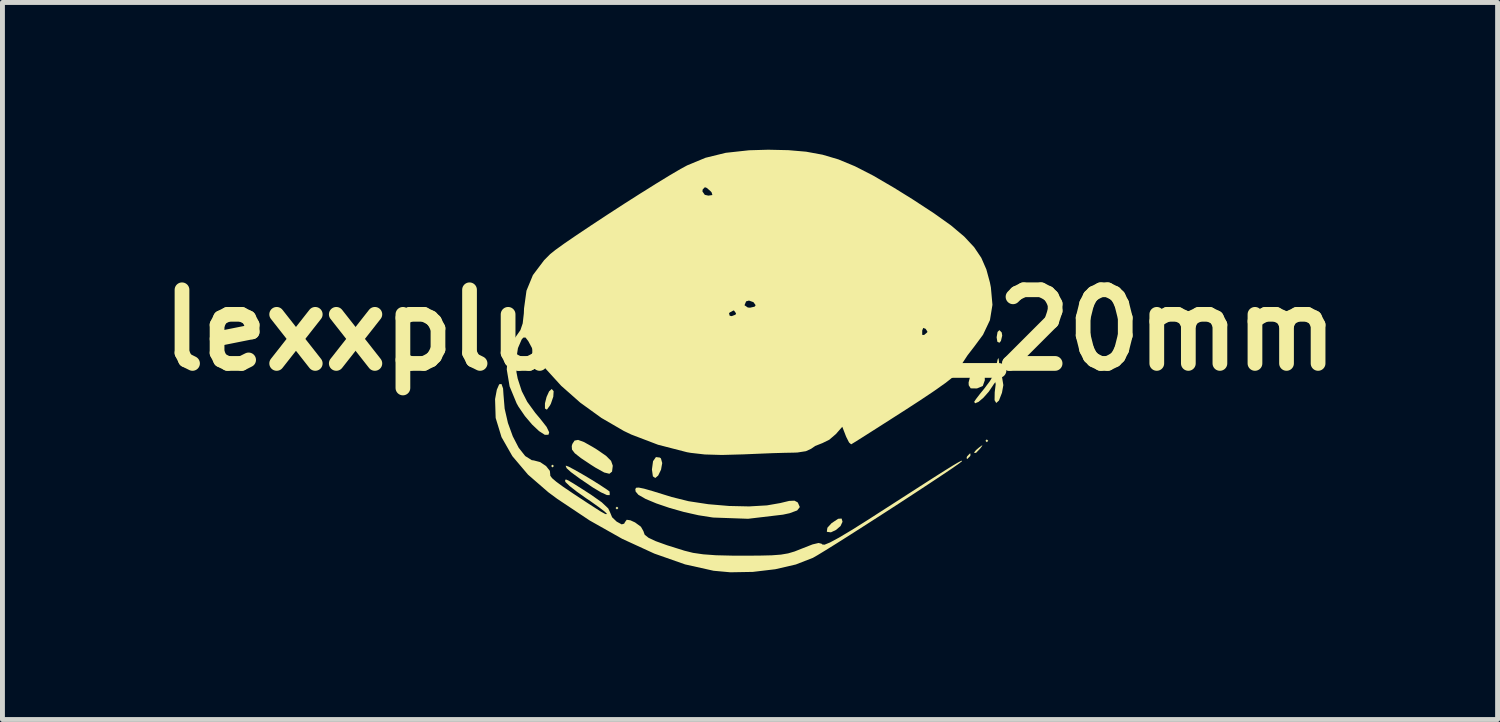
<source format=kicad_pcb>
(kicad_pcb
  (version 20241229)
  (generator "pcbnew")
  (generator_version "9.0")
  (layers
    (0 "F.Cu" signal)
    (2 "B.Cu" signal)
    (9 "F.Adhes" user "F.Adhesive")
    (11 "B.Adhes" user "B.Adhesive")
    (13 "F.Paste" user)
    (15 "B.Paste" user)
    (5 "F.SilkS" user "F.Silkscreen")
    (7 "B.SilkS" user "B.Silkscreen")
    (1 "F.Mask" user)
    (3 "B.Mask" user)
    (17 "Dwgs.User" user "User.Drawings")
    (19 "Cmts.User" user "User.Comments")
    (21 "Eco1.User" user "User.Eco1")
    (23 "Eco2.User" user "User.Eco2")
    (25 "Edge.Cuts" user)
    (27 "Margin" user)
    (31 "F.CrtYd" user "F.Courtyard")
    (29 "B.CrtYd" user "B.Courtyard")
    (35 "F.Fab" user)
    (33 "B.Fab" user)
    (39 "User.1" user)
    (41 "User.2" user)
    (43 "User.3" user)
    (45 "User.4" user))
  (footprint "lexxpluss_amr_20mm"
    (layer "F.Cu")
    (at 12.229 3.675)
    (property "Reference" "lexxpluss_amr_20mm" (at 0 0 0) (layer "F.SilkS") (effects (font (size 1.5 1.5) (thickness 0.3))))
    (attr board_only exclude_from_pos_files exclude_from_bom)
    (fp_poly (pts (xy -3.996 2.768) (xy -4.024 2.797) (xy -4.053 2.768) (xy -4.024 2.74)) (stroke (width 0) (type solid)) (fill yes) (layer "F.SilkS"))
    (fp_poly (pts (xy -2.683 3.624) (xy -2.711 3.653) (xy -2.74 3.624) (xy -2.711 3.596)) (stroke (width 0) (type solid)) (fill yes) (layer "F.SilkS"))
    (fp_poly (pts (xy 4.852 2.255) (xy 4.823 2.283) (xy 4.795 2.255) (xy 4.823 2.226)) (stroke (width 0) (type solid)) (fill yes) (layer "F.SilkS"))
    (fp_poly (pts (xy 4.491 2.548) (xy 4.481 2.569) (xy 4.427 2.623) (xy 4.417 2.626) (xy 4.413 2.589) (xy 4.424 2.569) (xy 4.477 2.514) (xy 4.487 2.511)) (stroke (width 0) (type solid)) (fill yes) (layer "F.SilkS"))
    (fp_poly (pts (xy 4.72 2.37) (xy 4.688 2.412) (xy 4.604 2.5) (xy 4.567 2.5) (xy 4.566 2.49) (xy 4.605 2.442) (xy 4.666 2.39) (xy 4.734 2.341)) (stroke (width 0) (type solid)) (fill yes) (layer "F.SilkS"))
    (fp_poly (pts (xy 5.127 0.048) (xy 5.137 0.111) (xy 5.111 0.22) (xy 5.08 0.257) (xy 5.038 0.237) (xy 5.023 0.146) (xy 5.042 0.037) (xy 5.08 0)) (stroke (width 0) (type solid)) (fill yes) (layer "F.SilkS"))
    (fp_poly (pts (xy -4.001 1.244) (xy -4.008 1.356) (xy -4.056 1.496) (xy -4.076 1.535) (xy -4.138 1.62) (xy -4.176 1.598) (xy -4.178 1.594) (xy -4.178 1.492) (xy -4.145 1.361) (xy -4.093 1.247) (xy -4.04 1.199)) (stroke (width 0) (type solid)) (fill yes) (layer "F.SilkS"))
    (fp_poly (pts (xy -1.837 2.596) (xy -1.815 2.614) (xy -1.789 2.708) (xy -1.813 2.842) (xy -1.871 2.962) (xy -1.93 3.012) (xy -1.979 2.979) (xy -1.998 2.844) (xy -1.998 2.834) (xy -1.976 2.67) (xy -1.917 2.586)) (stroke (width 0) (type solid)) (fill yes) (layer "F.SilkS"))
    (fp_poly (pts (xy 1.884 3.903) (xy 1.844 3.99) (xy 1.752 4.07) (xy 1.648 4.119) (xy 1.572 4.11) (xy 1.564 4.101) (xy 1.576 4.025) (xy 1.66 3.933) (xy 1.661 3.932) (xy 1.795 3.843) (xy 1.865 3.838)) (stroke (width 0) (type solid)) (fill yes) (layer "F.SilkS"))
    (fp_poly (pts (xy 4.705 0.834) (xy 4.779 0.918) (xy 4.783 1.02) (xy 4.741 1.138) (xy 4.628 1.186) (xy 4.609 1.188) (xy 4.495 1.186) (xy 4.455 1.123) (xy 4.452 1.067) (xy 4.49 0.917) (xy 4.587 0.832)) (stroke (width 0) (type solid)) (fill yes) (layer "F.SilkS"))
    (fp_poly (pts (xy -3.698 2.78) (xy -3.575 2.845) (xy -3.408 2.94) (xy -3.225 3.049) (xy -3.051 3.158) (xy -2.912 3.25) (xy -2.862 3.287) (xy -2.858 3.346) (xy -2.862 3.361) (xy -2.915 3.36) (xy -3.037 3.304) (xy -3.201 3.206) (xy -3.225 3.19) (xy -3.481 3.016) (xy -3.648 2.893) (xy -3.736 2.813) (xy -3.755 2.767) (xy -3.751 2.761)) (stroke (width 0) (type solid)) (fill yes) (layer "F.SilkS"))
    (fp_poly (pts (xy -3.382 2.28) (xy -3.195 2.386) (xy -3.123 2.43) (xy -2.934 2.56) (xy -2.831 2.663) (xy -2.797 2.759) (xy -2.797 2.769) (xy -2.811 2.882) (xy -2.865 2.926) (xy -2.971 2.9) (xy -3.146 2.803) (xy -3.239 2.744) (xy -3.446 2.606) (xy -3.57 2.508) (xy -3.627 2.433) (xy -3.632 2.361) (xy -3.619 2.317) (xy -3.575 2.25) (xy -3.503 2.236)) (stroke (width 0) (type solid)) (fill yes) (layer "F.SilkS"))
    (fp_poly (pts (xy 5.072 0.639) (xy 5.073 0.674) (xy 5.094 0.839) (xy 5.135 0.966) (xy 5.16 1.12) (xy 5.132 1.276) (xy 5.07 1.435) (xy 5.015 1.484) (xy 4.981 1.427) (xy 4.984 1.267) (xy 4.987 1.241) (xy 5.004 1.101) (xy 4.996 1.06) (xy 4.961 1.107) (xy 4.958 1.113) (xy 4.863 1.254) (xy 4.755 1.376) (xy 4.655 1.461) (xy 4.585 1.49) (xy 4.566 1.461) (xy 4.6 1.408) (xy 4.686 1.296) (xy 4.766 1.198) (xy 4.885 1.04) (xy 4.969 0.897) (xy 4.993 0.836) (xy 5.026 0.677) (xy 5.043 0.599) (xy 5.06 0.567)) (stroke (width 0) (type solid)) (fill yes) (layer "F.SilkS"))
    (fp_poly (pts (xy -2.16 3.229) (xy -1.982 3.28) (xy -1.717 3.362) (xy -1.598 3.399) (xy -1.252 3.485) (xy -0.851 3.546) (xy -0.429 3.582) (xy -0.02 3.591) (xy 0.345 3.57) (xy 0.614 3.523) (xy 0.797 3.479) (xy 0.904 3.474) (xy 0.966 3.506) (xy 0.975 3.516) (xy 1.014 3.604) (xy 0.96 3.673) (xy 0.805 3.73) (xy 0.67 3.759) (xy -0.04 3.843) (xy -0.745 3.818) (xy -0.771 3.815) (xy -1.051 3.771) (xy -1.349 3.704) (xy -1.642 3.621) (xy -1.909 3.53) (xy -2.127 3.439) (xy -2.275 3.354) (xy -2.331 3.288) (xy -2.337 3.239) (xy -2.321 3.211) (xy -2.268 3.207)) (stroke (width 0) (type solid)) (fill yes) (layer "F.SilkS"))
    (fp_poly (pts (xy -5.031 1.188) (xy -5.023 1.31) (xy -4.999 1.599) (xy -4.932 1.891) (xy -4.833 2.164) (xy -4.713 2.396) (xy -4.58 2.565) (xy -4.446 2.649) (xy -4.406 2.654) (xy -4.276 2.688) (xy -4.155 2.769) (xy -4.078 2.867) (xy -4.071 2.935) (xy -4.069 2.968) (xy -4.031 3.017) (xy -3.948 3.088) (xy -3.809 3.19) (xy -3.602 3.33) (xy -3.318 3.517) (xy -3.039 3.697) (xy -2.946 3.747) (xy -2.911 3.747) (xy -2.955 3.702) (xy -3.073 3.611) (xy -3.244 3.489) (xy -3.339 3.425) (xy -3.528 3.291) (xy -3.675 3.176) (xy -3.757 3.097) (xy -3.767 3.077) (xy -3.765 3.05) (xy -3.748 3.043) (xy -3.699 3.064) (xy -3.601 3.122) (xy -3.438 3.225) (xy -3.239 3.353) (xy -3.02 3.508) (xy -2.889 3.632) (xy -2.854 3.706) (xy -2.81 3.812) (xy -2.717 3.901) (xy -2.614 3.957) (xy -2.564 3.942) (xy -2.548 3.911) (xy -2.512 3.863) (xy -2.437 3.874) (xy -2.343 3.917) (xy -2.223 4.005) (xy -2.169 4.1) (xy -2.169 4.106) (xy -2.146 4.168) (xy -2.068 4.23) (xy -1.921 4.299) (xy -1.691 4.382) (xy -1.365 4.484) (xy -1.341 4.492) (xy -1.161 4.537) (xy -0.953 4.567) (xy -0.694 4.586) (xy -0.358 4.594) (xy -0.143 4.595) (xy 0.195 4.593) (xy 0.444 4.587) (xy 0.628 4.573) (xy 0.775 4.548) (xy 0.907 4.509) (xy 1.051 4.452) (xy 1.071 4.444) (xy 1.273 4.365) (xy 1.396 4.336) (xy 1.459 4.352) (xy 1.47 4.366) (xy 1.517 4.371) (xy 1.628 4.326) (xy 1.81 4.228) (xy 2.07 4.073) (xy 2.412 3.858) (xy 2.654 3.702) (xy 3.107 3.411) (xy 3.472 3.176) (xy 3.759 2.992) (xy 3.976 2.855) (xy 4.132 2.758) (xy 4.235 2.697) (xy 4.295 2.666) (xy 4.319 2.659) (xy 4.316 2.672) (xy 4.261 2.715) (xy 4.124 2.811) (xy 3.919 2.949) (xy 3.661 3.12) (xy 3.363 3.316) (xy 3.04 3.527) (xy 2.706 3.743) (xy 2.376 3.955) (xy 2.063 4.155) (xy 1.782 4.333) (xy 1.548 4.479) (xy 1.374 4.585) (xy 1.28 4.639) (xy 0.933 4.774) (xy 0.513 4.871) (xy 0.057 4.925) (xy -0.401 4.933) (xy -0.742 4.902) (xy -1.324 4.772) (xy -1.95 4.552) (xy -2.603 4.252) (xy -3.268 3.877) (xy -3.929 3.436) (xy -4.11 3.302) (xy -4.523 2.944) (xy -4.842 2.567) (xy -5.063 2.179) (xy -5.182 1.789) (xy -5.194 1.405) (xy -5.158 1.213) (xy -5.11 1.103) (xy -5.064 1.097)) (stroke (width 0) (type solid)) (fill yes) (layer "F.SilkS"))
    (fp_poly (pts (xy 0.781 -3.666) (xy 1.142 -3.635) (xy 1.475 -3.574) (xy 1.8 -3.478) (xy 2.137 -3.338) (xy 2.508 -3.148) (xy 2.933 -2.9) (xy 3.31 -2.666) (xy 3.747 -2.38) (xy 4.095 -2.132) (xy 4.363 -1.906) (xy 4.564 -1.691) (xy 4.711 -1.473) (xy 4.814 -1.237) (xy 4.886 -0.972) (xy 4.906 -0.871) (xy 4.938 -0.516) (xy 4.887 -0.204) (xy 4.746 0.094) (xy 4.567 0.336) (xy 4.429 0.515) (xy 4.321 0.68) (xy 4.265 0.797) (xy 4.264 0.799) (xy 4.226 0.866) (xy 4.134 0.956) (xy 3.979 1.078) (xy 3.751 1.239) (xy 3.441 1.446) (xy 3.162 1.627) (xy 2.851 1.826) (xy 2.572 2.004) (xy 2.341 2.151) (xy 2.17 2.259) (xy 2.074 2.318) (xy 2.059 2.326) (xy 2.017 2.289) (xy 1.961 2.179) (xy 1.951 2.155) (xy 1.879 1.969) (xy 1.749 2.117) (xy 1.614 2.233) (xy 1.471 2.303) (xy 1.47 2.303) (xy 1.326 2.36) (xy 1.243 2.418) (xy 1.138 2.466) (xy 0.964 2.493) (xy 0.882 2.496) (xy 0.715 2.499) (xy 0.466 2.506) (xy 0.17 2.518) (xy -0.14 2.531) (xy -0.143 2.531) (xy -0.574 2.543) (xy -0.921 2.533) (xy -1.209 2.5) (xy -1.284 2.487) (xy -1.874 2.335) (xy -2.419 2.127) (xy -2.571 2.054) (xy -3.027 1.789) (xy -3.459 1.477) (xy -3.846 1.135) (xy -4.167 0.783) (xy -4.402 0.439) (xy -4.432 0.383) (xy -4.518 0.223) (xy -4.574 0.151) (xy -4.618 0.152) (xy -4.652 0.19) (xy -4.728 0.366) (xy -4.765 0.605) (xy -4.758 0.859) (xy -4.733 0.988) (xy -4.65 1.243) (xy -4.539 1.46) (xy -4.375 1.686) (xy -4.278 1.801) (xy -4.144 1.972) (xy -4.092 2.081) (xy -4.106 2.131) (xy -4.18 2.133) (xy -4.298 2.057) (xy -4.439 1.924) (xy -4.586 1.751) (xy -4.718 1.558) (xy -4.755 1.492) (xy -4.898 1.146) (xy -4.956 0.801) (xy -4.931 0.479) (xy -4.822 0.204) (xy -4.759 0.116) (xy -4.698 0.029) (xy 3.425 0.029) (xy 3.464 0.093) (xy 3.545 0.099) (xy 3.608 0.047) (xy 3.613 0.029) (xy 3.576 -0.027) (xy 3.525 -0.046) (xy 3.44 -0.024) (xy 3.425 0.029) (xy -4.698 0.029) (xy -4.677 -0.002) (xy -4.631 -0.138) (xy -4.609 -0.332) (xy -4.608 -0.342) (xy -0.428 -0.342) (xy -0.415 -0.294) (xy -0.374 -0.285) (xy -0.296 -0.315) (xy -0.285 -0.342) (xy -0.326 -0.398) (xy -0.339 -0.4) (xy -0.416 -0.358) (xy -0.428 -0.342) (xy -4.608 -0.342) (xy -4.604 -0.443) (xy -4.595 -0.507) (xy -0.113 -0.507) (xy -0.046 -0.461) (xy 0 -0.457) (xy 0.093 -0.478) (xy 0.114 -0.508) (xy 0.069 -0.57) (xy -0.022 -0.602) (xy -0.08 -0.586) (xy -0.113 -0.507) (xy -4.595 -0.507) (xy -4.554 -0.804) (xy -4.423 -1.122) (xy -4.196 -1.423) (xy -4.072 -1.548) (xy -3.966 -1.633) (xy -3.78 -1.767) (xy -3.53 -1.938) (xy -3.234 -2.136) (xy -2.907 -2.351) (xy -2.568 -2.571) (xy -2.232 -2.785) (xy -2.167 -2.825) (xy -0.97 -2.825) (xy -0.922 -2.756) (xy -0.849 -2.74) (xy -0.767 -2.752) (xy -0.783 -2.806) (xy -0.799 -2.825) (xy -0.881 -2.897) (xy -0.92 -2.911) (xy -0.965 -2.865) (xy -0.97 -2.825) (xy -2.167 -2.825) (xy -1.917 -2.982) (xy -1.639 -3.152) (xy -1.416 -3.283) (xy -1.281 -3.356) (xy -0.907 -3.511) (xy -0.495 -3.612) (xy -0.019 -3.664) (xy 0.371 -3.675)) (stroke (width 0) (type solid)) (fill yes) (layer "F.SilkS")))
  (gr_rect
    (start -3 -3)
    (end 27.457 11.607)
    (stroke (width 0.1) (type default))
    (fill no)
    (layer "Edge.Cuts")))
</source>
